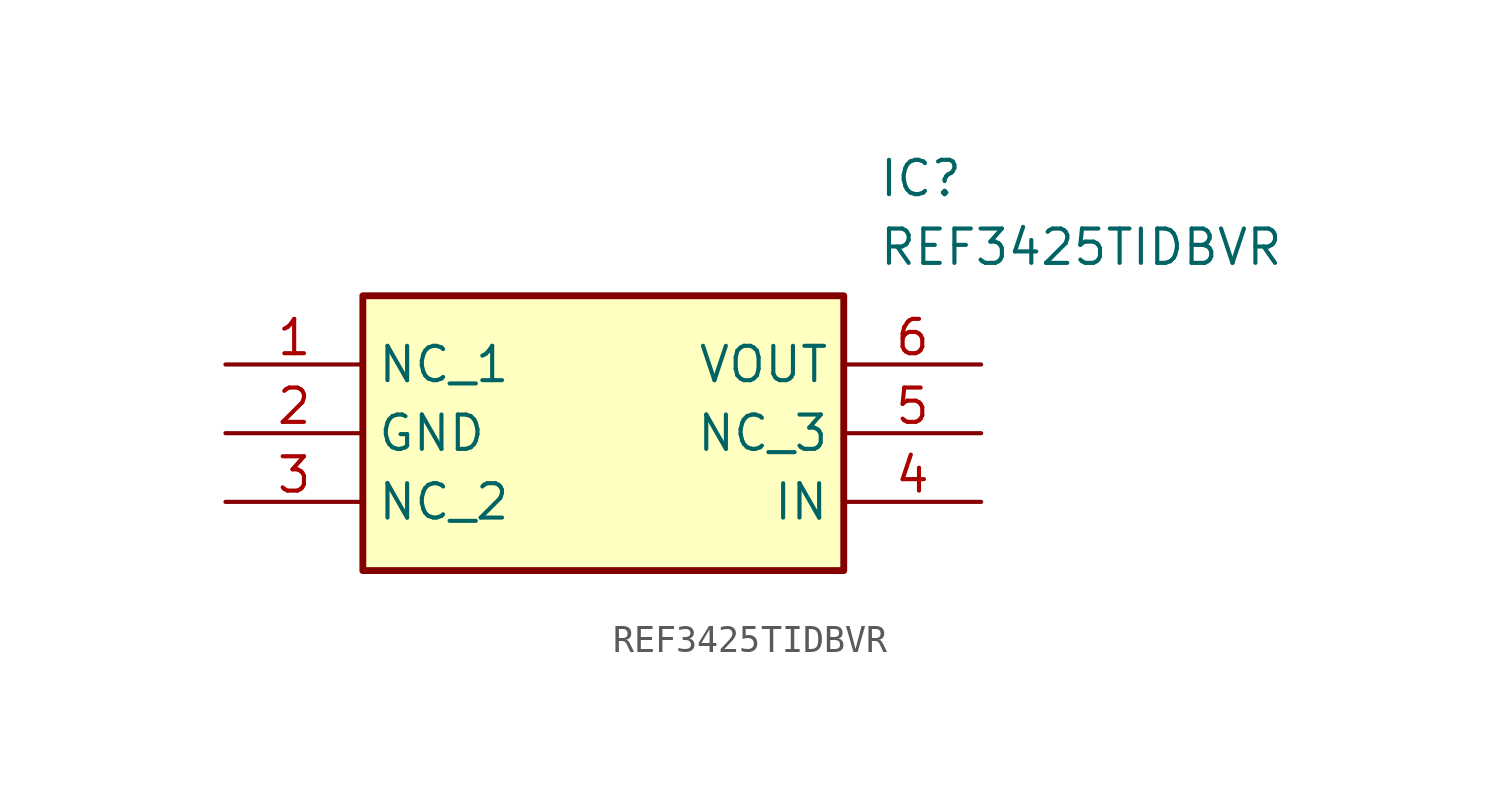
<source format=kicad_sym>
(kicad_symbol_lib
  (version 20211014)
  (generator SamacSys_ECAD_Model)
  (symbol "REF3425TIDBVR"
    (property "Reference" "IC"
      (at 24.13 7.62 0)
      (effects (font (size 1.27 1.27)) (justify left top)))
    (property "Value" "REF3425TIDBVR"
      (at 24.13 5.08 0)
      (effects (font (size 1.27 1.27)) (justify left top)))
    (rectangle
      (start 5.08 2.54)
      (end 22.86 -7.62)
      (stroke (width 0.254) (type default))
      (fill (type background)))
    (pin passive line
      (at 0 0 0)
      (length 5.08)
      (name "NC_1" (effects (font (size 1.27 1.27))))
      (number "1" (effects (font (size 1.27 1.27)))))
    (pin passive line
      (at 0 -2.54 0)
      (length 5.08)
      (name "GND" (effects (font (size 1.27 1.27))))
      (number "2" (effects (font (size 1.27 1.27)))))
    (pin passive line
      (at 0 -5.08 0)
      (length 5.08)
      (name "NC_2" (effects (font (size 1.27 1.27))))
      (number "3" (effects (font (size 1.27 1.27)))))
    (pin passive line
      (at 27.94 0 180)
      (length 5.08)
      (name "VOUT" (effects (font (size 1.27 1.27))))
      (number "6" (effects (font (size 1.27 1.27)))))
    (pin passive line
      (at 27.94 -2.54 180)
      (length 5.08)
      (name "NC_3" (effects (font (size 1.27 1.27))))
      (number "5" (effects (font (size 1.27 1.27)))))
    (pin passive line
      (at 27.94 -5.08 180)
      (length 5.08)
      (name "IN" (effects (font (size 1.27 1.27))))
      (number "4" (effects (font (size 1.27 1.27)))))))
</source>
